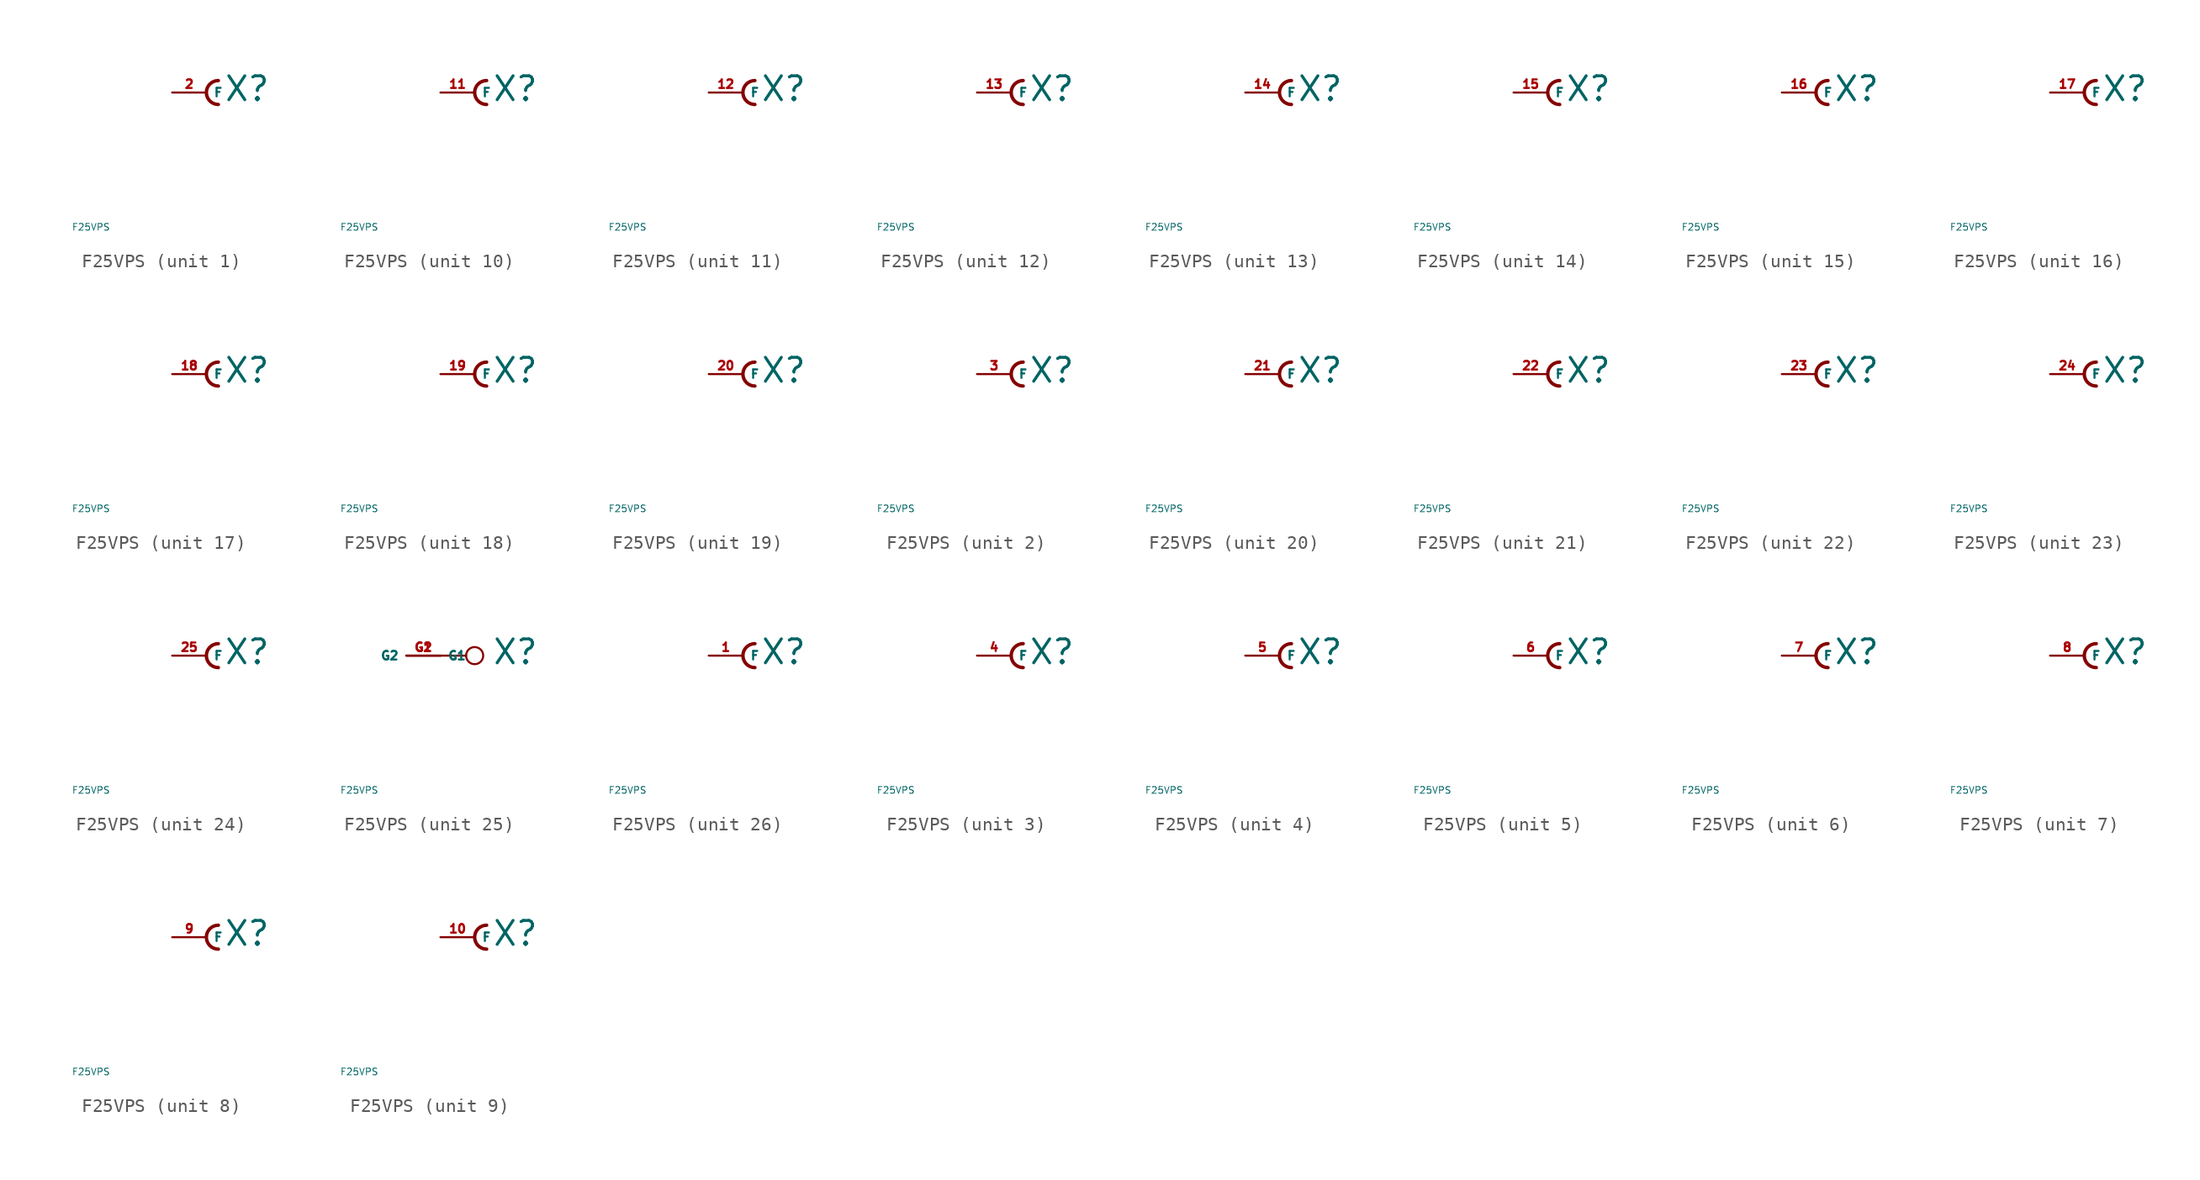
<source format=kicad_sym>
(kicad_symbol_lib
  (version 20220914)
  (generator Eagle2Kicad)
  (symbol "F25VPS"
    (property "Reference" "X"
      (at 1.27 -0.762 0)
      (effects (font (size 1.778 1.778) (thickness 0.22)) (justify left bottom)))
    (property "Value" "F25VPS"
      (at -10 -10 0)
      (effects (font (size 0.5 0.5) (thickness 0.06)) (justify left)))
    (symbol "F25VPS_1_0"
      (arc (start 0.889 0.889) (mid 0.000 0.000) (end 0.889 -0.889) (stroke (width 0.254) (type default)) (fill (type none)))
      (pin passive line (at -2.54 0 0) (length 2.54) (name "F" (effects (font (size 0.635 0.635) (thickness 0.08)) (justify left bottom))) (number "2" (effects (font (size 0.635 0.635) (thickness 0.08)) (justify left bottom)))))
    (symbol "F25VPS_2_0"
      (arc (start 0.889 0.889) (mid 0.000 0.000) (end 0.889 -0.889) (stroke (width 0.254) (type default)) (fill (type none)))
      (pin passive line (at -2.54 0 0) (length 2.54) (name "F" (effects (font (size 0.635 0.635) (thickness 0.08)) (justify left bottom))) (number "3" (effects (font (size 0.635 0.635) (thickness 0.08)) (justify left bottom)))))
    (symbol "F25VPS_3_0"
      (arc (start 0.889 0.889) (mid 0.000 0.000) (end 0.889 -0.889) (stroke (width 0.254) (type default)) (fill (type none)))
      (pin passive line (at -2.54 0 0) (length 2.54) (name "F" (effects (font (size 0.635 0.635) (thickness 0.08)) (justify left bottom))) (number "4" (effects (font (size 0.635 0.635) (thickness 0.08)) (justify left bottom)))))
    (symbol "F25VPS_4_0"
      (arc (start 0.889 0.889) (mid 0.000 0.000) (end 0.889 -0.889) (stroke (width 0.254) (type default)) (fill (type none)))
      (pin passive line (at -2.54 0 0) (length 2.54) (name "F" (effects (font (size 0.635 0.635) (thickness 0.08)) (justify left bottom))) (number "5" (effects (font (size 0.635 0.635) (thickness 0.08)) (justify left bottom)))))
    (symbol "F25VPS_5_0"
      (arc (start 0.889 0.889) (mid 0.000 0.000) (end 0.889 -0.889) (stroke (width 0.254) (type default)) (fill (type none)))
      (pin passive line (at -2.54 0 0) (length 2.54) (name "F" (effects (font (size 0.635 0.635) (thickness 0.08)) (justify left bottom))) (number "6" (effects (font (size 0.635 0.635) (thickness 0.08)) (justify left bottom)))))
    (symbol "F25VPS_6_0"
      (arc (start 0.889 0.889) (mid 0.000 0.000) (end 0.889 -0.889) (stroke (width 0.254) (type default)) (fill (type none)))
      (pin passive line (at -2.54 0 0) (length 2.54) (name "F" (effects (font (size 0.635 0.635) (thickness 0.08)) (justify left bottom))) (number "7" (effects (font (size 0.635 0.635) (thickness 0.08)) (justify left bottom)))))
    (symbol "F25VPS_7_0"
      (arc (start 0.889 0.889) (mid 0.000 0.000) (end 0.889 -0.889) (stroke (width 0.254) (type default)) (fill (type none)))
      (pin passive line (at -2.54 0 0) (length 2.54) (name "F" (effects (font (size 0.635 0.635) (thickness 0.08)) (justify left bottom))) (number "8" (effects (font (size 0.635 0.635) (thickness 0.08)) (justify left bottom)))))
    (symbol "F25VPS_8_0"
      (arc (start 0.889 0.889) (mid 0.000 0.000) (end 0.889 -0.889) (stroke (width 0.254) (type default)) (fill (type none)))
      (pin passive line (at -2.54 0 0) (length 2.54) (name "F" (effects (font (size 0.635 0.635) (thickness 0.08)) (justify left bottom))) (number "9" (effects (font (size 0.635 0.635) (thickness 0.08)) (justify left bottom)))))
    (symbol "F25VPS_9_0"
      (arc (start 0.889 0.889) (mid 0.000 0.000) (end 0.889 -0.889) (stroke (width 0.254) (type default)) (fill (type none)))
      (pin passive line (at -2.54 0 0) (length 2.54) (name "F" (effects (font (size 0.635 0.635) (thickness 0.08)) (justify left bottom))) (number "10" (effects (font (size 0.635 0.635) (thickness 0.08)) (justify left bottom)))))
    (symbol "F25VPS_10_0"
      (arc (start 0.889 0.889) (mid 0.000 0.000) (end 0.889 -0.889) (stroke (width 0.254) (type default)) (fill (type none)))
      (pin passive line (at -2.54 0 0) (length 2.54) (name "F" (effects (font (size 0.635 0.635) (thickness 0.08)) (justify left bottom))) (number "11" (effects (font (size 0.635 0.635) (thickness 0.08)) (justify left bottom)))))
    (symbol "F25VPS_11_0"
      (arc (start 0.889 0.889) (mid 0.000 0.000) (end 0.889 -0.889) (stroke (width 0.254) (type default)) (fill (type none)))
      (pin passive line (at -2.54 0 0) (length 2.54) (name "F" (effects (font (size 0.635 0.635) (thickness 0.08)) (justify left bottom))) (number "12" (effects (font (size 0.635 0.635) (thickness 0.08)) (justify left bottom)))))
    (symbol "F25VPS_12_0"
      (arc (start 0.889 0.889) (mid 0.000 0.000) (end 0.889 -0.889) (stroke (width 0.254) (type default)) (fill (type none)))
      (pin passive line (at -2.54 0 0) (length 2.54) (name "F" (effects (font (size 0.635 0.635) (thickness 0.08)) (justify left bottom))) (number "13" (effects (font (size 0.635 0.635) (thickness 0.08)) (justify left bottom)))))
    (symbol "F25VPS_13_0"
      (arc (start 0.889 0.889) (mid 0.000 0.000) (end 0.889 -0.889) (stroke (width 0.254) (type default)) (fill (type none)))
      (pin passive line (at -2.54 0 0) (length 2.54) (name "F" (effects (font (size 0.635 0.635) (thickness 0.08)) (justify left bottom))) (number "14" (effects (font (size 0.635 0.635) (thickness 0.08)) (justify left bottom)))))
    (symbol "F25VPS_14_0"
      (arc (start 0.889 0.889) (mid 0.000 0.000) (end 0.889 -0.889) (stroke (width 0.254) (type default)) (fill (type none)))
      (pin passive line (at -2.54 0 0) (length 2.54) (name "F" (effects (font (size 0.635 0.635) (thickness 0.08)) (justify left bottom))) (number "15" (effects (font (size 0.635 0.635) (thickness 0.08)) (justify left bottom)))))
    (symbol "F25VPS_15_0"
      (arc (start 0.889 0.889) (mid 0.000 0.000) (end 0.889 -0.889) (stroke (width 0.254) (type default)) (fill (type none)))
      (pin passive line (at -2.54 0 0) (length 2.54) (name "F" (effects (font (size 0.635 0.635) (thickness 0.08)) (justify left bottom))) (number "16" (effects (font (size 0.635 0.635) (thickness 0.08)) (justify left bottom)))))
    (symbol "F25VPS_16_0"
      (arc (start 0.889 0.889) (mid 0.000 0.000) (end 0.889 -0.889) (stroke (width 0.254) (type default)) (fill (type none)))
      (pin passive line (at -2.54 0 0) (length 2.54) (name "F" (effects (font (size 0.635 0.635) (thickness 0.08)) (justify left bottom))) (number "17" (effects (font (size 0.635 0.635) (thickness 0.08)) (justify left bottom)))))
    (symbol "F25VPS_17_0"
      (arc (start 0.889 0.889) (mid 0.000 0.000) (end 0.889 -0.889) (stroke (width 0.254) (type default)) (fill (type none)))
      (pin passive line (at -2.54 0 0) (length 2.54) (name "F" (effects (font (size 0.635 0.635) (thickness 0.08)) (justify left bottom))) (number "18" (effects (font (size 0.635 0.635) (thickness 0.08)) (justify left bottom)))))
    (symbol "F25VPS_18_0"
      (arc (start 0.889 0.889) (mid 0.000 0.000) (end 0.889 -0.889) (stroke (width 0.254) (type default)) (fill (type none)))
      (pin passive line (at -2.54 0 0) (length 2.54) (name "F" (effects (font (size 0.635 0.635) (thickness 0.08)) (justify left bottom))) (number "19" (effects (font (size 0.635 0.635) (thickness 0.08)) (justify left bottom)))))
    (symbol "F25VPS_19_0"
      (arc (start 0.889 0.889) (mid 0.000 0.000) (end 0.889 -0.889) (stroke (width 0.254) (type default)) (fill (type none)))
      (pin passive line (at -2.54 0 0) (length 2.54) (name "F" (effects (font (size 0.635 0.635) (thickness 0.08)) (justify left bottom))) (number "20" (effects (font (size 0.635 0.635) (thickness 0.08)) (justify left bottom)))))
    (symbol "F25VPS_20_0"
      (arc (start 0.889 0.889) (mid 0.000 0.000) (end 0.889 -0.889) (stroke (width 0.254) (type default)) (fill (type none)))
      (pin passive line (at -2.54 0 0) (length 2.54) (name "F" (effects (font (size 0.635 0.635) (thickness 0.08)) (justify left bottom))) (number "21" (effects (font (size 0.635 0.635) (thickness 0.08)) (justify left bottom)))))
    (symbol "F25VPS_21_0"
      (arc (start 0.889 0.889) (mid 0.000 0.000) (end 0.889 -0.889) (stroke (width 0.254) (type default)) (fill (type none)))
      (pin passive line (at -2.54 0 0) (length 2.54) (name "F" (effects (font (size 0.635 0.635) (thickness 0.08)) (justify left bottom))) (number "22" (effects (font (size 0.635 0.635) (thickness 0.08)) (justify left bottom)))))
    (symbol "F25VPS_22_0"
      (arc (start 0.889 0.889) (mid 0.000 0.000) (end 0.889 -0.889) (stroke (width 0.254) (type default)) (fill (type none)))
      (pin passive line (at -2.54 0 0) (length 2.54) (name "F" (effects (font (size 0.635 0.635) (thickness 0.08)) (justify left bottom))) (number "23" (effects (font (size 0.635 0.635) (thickness 0.08)) (justify left bottom)))))
    (symbol "F25VPS_23_0"
      (arc (start 0.889 0.889) (mid 0.000 0.000) (end 0.889 -0.889) (stroke (width 0.254) (type default)) (fill (type none)))
      (pin passive line (at -2.54 0 0) (length 2.54) (name "F" (effects (font (size 0.635 0.635) (thickness 0.08)) (justify left bottom))) (number "24" (effects (font (size 0.635 0.635) (thickness 0.08)) (justify left bottom)))))
    (symbol "F25VPS_24_0"
      (arc (start 0.889 0.889) (mid 0.000 0.000) (end 0.889 -0.889) (stroke (width 0.254) (type default)) (fill (type none)))
      (pin passive line (at -2.54 0 0) (length 2.54) (name "F" (effects (font (size 0.635 0.635) (thickness 0.08)) (justify left bottom))) (number "25" (effects (font (size 0.635 0.635) (thickness 0.08)) (justify left bottom)))))
    (symbol "F25VPS_25_0"
      (polyline (pts (xy -2.54 0) (xy -0.635 0)) (stroke (width 0.152) (type default)) (fill (type none)))
      (circle (center 0 0) (radius 0.635) (stroke (width 0.152) (type default)) (fill (type none)))
      (pin passive line (at -5.08 0 0) (length 2.54) (name "G1" (effects (font (size 0.635 0.635) (thickness 0.08)) (justify left bottom))) (number "G1" (effects (font (size 0.635 0.635) (thickness 0.08)) (justify left bottom))))
      (pin passive line (at -2.54 0 180) (length 2.54) (name "G2" (effects (font (size 0.635 0.635) (thickness 0.08)) (justify left bottom))) (number "G2" (effects (font (size 0.635 0.635) (thickness 0.08)) (justify left bottom)))))
    (symbol "F25VPS_26_0"
      (arc (start 0.889 0.889) (mid 0.000 0.000) (end 0.889 -0.889) (stroke (width 0.254) (type default)) (fill (type none)))
      (pin passive line (at -2.54 0 0) (length 2.54) (name "F" (effects (font (size 0.635 0.635) (thickness 0.08)) (justify left bottom))) (number "1" (effects (font (size 0.635 0.635) (thickness 0.08)) (justify left bottom)))))))
</source>
